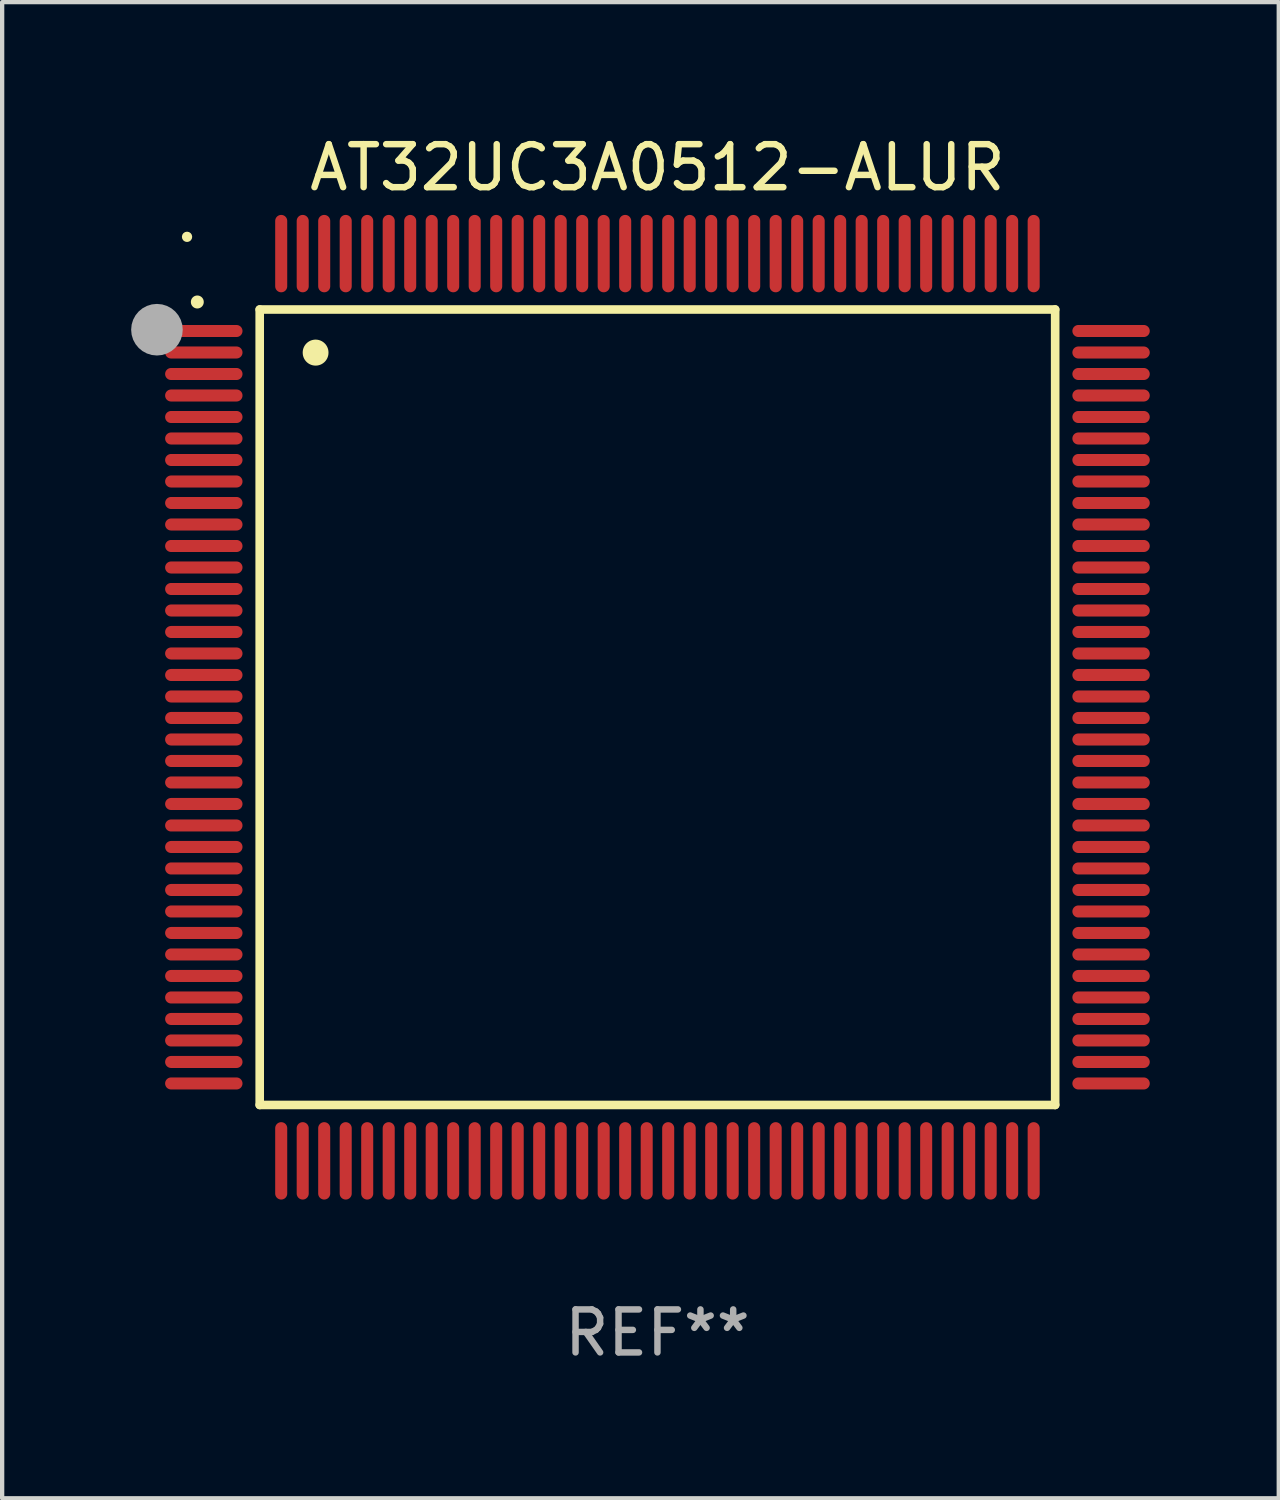
<source format=kicad_pcb>
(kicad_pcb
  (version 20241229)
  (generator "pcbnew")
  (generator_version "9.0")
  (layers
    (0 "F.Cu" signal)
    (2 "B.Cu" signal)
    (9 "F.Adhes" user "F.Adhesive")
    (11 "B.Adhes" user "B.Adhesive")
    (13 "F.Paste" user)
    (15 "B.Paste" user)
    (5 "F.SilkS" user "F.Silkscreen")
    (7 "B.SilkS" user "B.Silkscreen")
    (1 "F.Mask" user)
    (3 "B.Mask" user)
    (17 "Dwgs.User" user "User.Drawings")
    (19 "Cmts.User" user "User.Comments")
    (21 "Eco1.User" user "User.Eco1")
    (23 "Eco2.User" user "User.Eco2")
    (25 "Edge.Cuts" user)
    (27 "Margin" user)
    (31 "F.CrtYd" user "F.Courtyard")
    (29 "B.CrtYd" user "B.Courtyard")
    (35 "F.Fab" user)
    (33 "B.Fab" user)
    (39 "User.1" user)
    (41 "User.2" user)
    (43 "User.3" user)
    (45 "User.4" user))
  (footprint "AT32UC3A0512-ALUR"
    (layer "F.Cu")
    (at 12.24 13.398)
    (property "Reference" "AT32UC3A0512-ALUR" (at 0 -12.55 0) (layer "F.SilkS") (effects (font (size 1 1) (thickness 0.15))))
    (attr through_hole)
    (fp_line (start -9.25 -9.25) (end 9.25 -9.25) (stroke (width 0.2) (type solid)) (layer "F.SilkS"))
    (fp_line (start -9.25 9.25) (end -9.25 -9.25) (stroke (width 0.2) (type solid)) (layer "F.SilkS"))
    (fp_line (start 9.25 -9.25) (end 9.25 9.25) (stroke (width 0.2) (type solid)) (layer "F.SilkS"))
    (fp_line (start 9.25 9.25) (end -9.25 9.25) (stroke (width 0.2) (type solid)) (layer "F.SilkS"))
    (fp_arc (start -10.701041 -9.423419) (mid -10.701046 -9.424689) (end -10.701041 -9.425959) (stroke (width 0.3) (type solid)) (layer "F.SilkS"))
    (fp_arc (start -7.950216 -8.244856) (mid -7.950227 -8.247396) (end -7.950216 -8.249936) (stroke (width 0.6) (type solid)) (layer "F.SilkS"))
    (fp_circle (center -10.94 -10.94) (end -10.88 -10.94) (stroke (width 0.12) (type solid)) (fill no) (layer "F.SilkS"))
    (fp_circle (center -11.64 -8.78) (end -11.34 -8.78) (stroke (width 0.6) (type solid)) (fill no) (layer "F.Fab"))
    (fp_text user "REF**" (at 0 14.55 0) (layer "F.Fab") (effects (font (size 1 1) (thickness 0.15))))
    (pad "1" smd oval (at -10.55 -8.75 90) (size 0.28 1.8) (layers "F.Cu" "F.Mask" "F.Paste"))
    (pad "2" smd oval (at -10.55 -8.25 90) (size 0.28 1.8) (layers "F.Cu" "F.Mask" "F.Paste"))
    (pad "3" smd oval (at -10.55 -7.75 90) (size 0.28 1.8) (layers "F.Cu" "F.Mask" "F.Paste"))
    (pad "4" smd oval (at -10.55 -7.25 90) (size 0.28 1.8) (layers "F.Cu" "F.Mask" "F.Paste"))
    (pad "5" smd oval (at -10.55 -6.75 90) (size 0.28 1.8) (layers "F.Cu" "F.Mask" "F.Paste"))
    (pad "6" smd oval (at -10.55 -6.25 90) (size 0.28 1.8) (layers "F.Cu" "F.Mask" "F.Paste"))
    (pad "7" smd oval (at -10.55 -5.75 90) (size 0.28 1.8) (layers "F.Cu" "F.Mask" "F.Paste"))
    (pad "8" smd oval (at -10.55 -5.25 90) (size 0.28 1.8) (layers "F.Cu" "F.Mask" "F.Paste"))
    (pad "9" smd oval (at -10.55 -4.75 90) (size 0.28 1.8) (layers "F.Cu" "F.Mask" "F.Paste"))
    (pad "10" smd oval (at -10.55 -4.25 90) (size 0.28 1.8) (layers "F.Cu" "F.Mask" "F.Paste"))
    (pad "11" smd oval (at -10.55 -3.75 90) (size 0.28 1.8) (layers "F.Cu" "F.Mask" "F.Paste"))
    (pad "12" smd oval (at -10.55 -3.25 90) (size 0.28 1.8) (layers "F.Cu" "F.Mask" "F.Paste"))
    (pad "13" smd oval (at -10.55 -2.75 90) (size 0.28 1.8) (layers "F.Cu" "F.Mask" "F.Paste"))
    (pad "14" smd oval (at -10.55 -2.25 90) (size 0.28 1.8) (layers "F.Cu" "F.Mask" "F.Paste"))
    (pad "15" smd oval (at -10.55 -1.75 90) (size 0.28 1.8) (layers "F.Cu" "F.Mask" "F.Paste"))
    (pad "16" smd oval (at -10.55 -1.25 90) (size 0.28 1.8) (layers "F.Cu" "F.Mask" "F.Paste"))
    (pad "17" smd oval (at -10.55 -0.75 90) (size 0.28 1.8) (layers "F.Cu" "F.Mask" "F.Paste"))
    (pad "18" smd oval (at -10.55 -0.25 90) (size 0.28 1.8) (layers "F.Cu" "F.Mask" "F.Paste"))
    (pad "19" smd oval (at -10.55 0.25 90) (size 0.28 1.8) (layers "F.Cu" "F.Mask" "F.Paste"))
    (pad "20" smd oval (at -10.55 0.75 90) (size 0.28 1.8) (layers "F.Cu" "F.Mask" "F.Paste"))
    (pad "21" smd oval (at -10.55 1.25 90) (size 0.28 1.8) (layers "F.Cu" "F.Mask" "F.Paste"))
    (pad "22" smd oval (at -10.55 1.75 90) (size 0.28 1.8) (layers "F.Cu" "F.Mask" "F.Paste"))
    (pad "23" smd oval (at -10.55 2.25 90) (size 0.28 1.8) (layers "F.Cu" "F.Mask" "F.Paste"))
    (pad "24" smd oval (at -10.55 2.75 90) (size 0.28 1.8) (layers "F.Cu" "F.Mask" "F.Paste"))
    (pad "25" smd oval (at -10.55 3.25 90) (size 0.28 1.8) (layers "F.Cu" "F.Mask" "F.Paste"))
    (pad "26" smd oval (at -10.55 3.75 90) (size 0.28 1.8) (layers "F.Cu" "F.Mask" "F.Paste"))
    (pad "27" smd oval (at -10.55 4.25 90) (size 0.28 1.8) (layers "F.Cu" "F.Mask" "F.Paste"))
    (pad "28" smd oval (at -10.55 4.75 90) (size 0.28 1.8) (layers "F.Cu" "F.Mask" "F.Paste"))
    (pad "29" smd oval (at -10.55 5.25 90) (size 0.28 1.8) (layers "F.Cu" "F.Mask" "F.Paste"))
    (pad "30" smd oval (at -10.55 5.75 90) (size 0.28 1.8) (layers "F.Cu" "F.Mask" "F.Paste"))
    (pad "31" smd oval (at -10.55 6.25 90) (size 0.28 1.8) (layers "F.Cu" "F.Mask" "F.Paste"))
    (pad "32" smd oval (at -10.55 6.75 90) (size 0.28 1.8) (layers "F.Cu" "F.Mask" "F.Paste"))
    (pad "33" smd oval (at -10.55 7.25 90) (size 0.28 1.8) (layers "F.Cu" "F.Mask" "F.Paste"))
    (pad "34" smd oval (at -10.55 7.75 90) (size 0.28 1.8) (layers "F.Cu" "F.Mask" "F.Paste"))
    (pad "35" smd oval (at -10.55 8.25 90) (size 0.28 1.8) (layers "F.Cu" "F.Mask" "F.Paste"))
    (pad "36" smd oval (at -10.55 8.75 90) (size 0.28 1.8) (layers "F.Cu" "F.Mask" "F.Paste"))
    (pad "37" smd oval (at -8.75 10.55) (size 0.28 1.8) (layers "F.Cu" "F.Mask" "F.Paste"))
    (pad "38" smd oval (at -8.25 10.55) (size 0.28 1.8) (layers "F.Cu" "F.Mask" "F.Paste"))
    (pad "39" smd oval (at -7.75 10.55) (size 0.28 1.8) (layers "F.Cu" "F.Mask" "F.Paste"))
    (pad "40" smd oval (at -7.25 10.55) (size 0.28 1.8) (layers "F.Cu" "F.Mask" "F.Paste"))
    (pad "41" smd oval (at -6.75 10.55) (size 0.28 1.8) (layers "F.Cu" "F.Mask" "F.Paste"))
    (pad "42" smd oval (at -6.25 10.55) (size 0.28 1.8) (layers "F.Cu" "F.Mask" "F.Paste"))
    (pad "43" smd oval (at -5.75 10.55) (size 0.28 1.8) (layers "F.Cu" "F.Mask" "F.Paste"))
    (pad "44" smd oval (at -5.25 10.55) (size 0.28 1.8) (layers "F.Cu" "F.Mask" "F.Paste"))
    (pad "45" smd oval (at -4.75 10.55) (size 0.28 1.8) (layers "F.Cu" "F.Mask" "F.Paste"))
    (pad "46" smd oval (at -4.25 10.55) (size 0.28 1.8) (layers "F.Cu" "F.Mask" "F.Paste"))
    (pad "47" smd oval (at -3.75 10.55) (size 0.28 1.8) (layers "F.Cu" "F.Mask" "F.Paste"))
    (pad "48" smd oval (at -3.25 10.55) (size 0.28 1.8) (layers "F.Cu" "F.Mask" "F.Paste"))
    (pad "49" smd oval (at -2.75 10.55) (size 0.28 1.8) (layers "F.Cu" "F.Mask" "F.Paste"))
    (pad "50" smd oval (at -2.25 10.55) (size 0.28 1.8) (layers "F.Cu" "F.Mask" "F.Paste"))
    (pad "51" smd oval (at -1.75 10.55) (size 0.28 1.8) (layers "F.Cu" "F.Mask" "F.Paste"))
    (pad "52" smd oval (at -1.25 10.55) (size 0.28 1.8) (layers "F.Cu" "F.Mask" "F.Paste"))
    (pad "53" smd oval (at -0.75 10.55) (size 0.28 1.8) (layers "F.Cu" "F.Mask" "F.Paste"))
    (pad "54" smd oval (at -0.25 10.55) (size 0.28 1.8) (layers "F.Cu" "F.Mask" "F.Paste"))
    (pad "55" smd oval (at 0.25 10.55) (size 0.28 1.8) (layers "F.Cu" "F.Mask" "F.Paste"))
    (pad "56" smd oval (at 0.75 10.55) (size 0.28 1.8) (layers "F.Cu" "F.Mask" "F.Paste"))
    (pad "57" smd oval (at 1.25 10.55) (size 0.28 1.8) (layers "F.Cu" "F.Mask" "F.Paste"))
    (pad "58" smd oval (at 1.75 10.55) (size 0.28 1.8) (layers "F.Cu" "F.Mask" "F.Paste"))
    (pad "59" smd oval (at 2.25 10.55) (size 0.28 1.8) (layers "F.Cu" "F.Mask" "F.Paste"))
    (pad "60" smd oval (at 2.75 10.55) (size 0.28 1.8) (layers "F.Cu" "F.Mask" "F.Paste"))
    (pad "61" smd oval (at 3.25 10.55) (size 0.28 1.8) (layers "F.Cu" "F.Mask" "F.Paste"))
    (pad "62" smd oval (at 3.75 10.55) (size 0.28 1.8) (layers "F.Cu" "F.Mask" "F.Paste"))
    (pad "63" smd oval (at 4.25 10.55) (size 0.28 1.8) (layers "F.Cu" "F.Mask" "F.Paste"))
    (pad "64" smd oval (at 4.75 10.55) (size 0.28 1.8) (layers "F.Cu" "F.Mask" "F.Paste"))
    (pad "65" smd oval (at 5.25 10.55) (size 0.28 1.8) (layers "F.Cu" "F.Mask" "F.Paste"))
    (pad "66" smd oval (at 5.75 10.55) (size 0.28 1.8) (layers "F.Cu" "F.Mask" "F.Paste"))
    (pad "67" smd oval (at 6.25 10.55) (size 0.28 1.8) (layers "F.Cu" "F.Mask" "F.Paste"))
    (pad "68" smd oval (at 6.75 10.55) (size 0.28 1.8) (layers "F.Cu" "F.Mask" "F.Paste"))
    (pad "69" smd oval (at 7.25 10.55) (size 0.28 1.8) (layers "F.Cu" "F.Mask" "F.Paste"))
    (pad "70" smd oval (at 7.75 10.55) (size 0.28 1.8) (layers "F.Cu" "F.Mask" "F.Paste"))
    (pad "71" smd oval (at 8.25 10.55) (size 0.28 1.8) (layers "F.Cu" "F.Mask" "F.Paste"))
    (pad "72" smd oval (at 8.75 10.55) (size 0.28 1.8) (layers "F.Cu" "F.Mask" "F.Paste"))
    (pad "73" smd oval (at 10.55 8.75 90) (size 0.28 1.8) (layers "F.Cu" "F.Mask" "F.Paste"))
    (pad "74" smd oval (at 10.55 8.25 90) (size 0.28 1.8) (layers "F.Cu" "F.Mask" "F.Paste"))
    (pad "75" smd oval (at 10.55 7.75 90) (size 0.28 1.8) (layers "F.Cu" "F.Mask" "F.Paste"))
    (pad "76" smd oval (at 10.55 7.25 90) (size 0.28 1.8) (layers "F.Cu" "F.Mask" "F.Paste"))
    (pad "77" smd oval (at 10.55 6.75 90) (size 0.28 1.8) (layers "F.Cu" "F.Mask" "F.Paste"))
    (pad "78" smd oval (at 10.55 6.25 90) (size 0.28 1.8) (layers "F.Cu" "F.Mask" "F.Paste"))
    (pad "79" smd oval (at 10.55 5.75 90) (size 0.28 1.8) (layers "F.Cu" "F.Mask" "F.Paste"))
    (pad "80" smd oval (at 10.55 5.25 90) (size 0.28 1.8) (layers "F.Cu" "F.Mask" "F.Paste"))
    (pad "81" smd oval (at 10.55 4.75 90) (size 0.28 1.8) (layers "F.Cu" "F.Mask" "F.Paste"))
    (pad "82" smd oval (at 10.55 4.25 90) (size 0.28 1.8) (layers "F.Cu" "F.Mask" "F.Paste"))
    (pad "83" smd oval (at 10.55 3.75 90) (size 0.28 1.8) (layers "F.Cu" "F.Mask" "F.Paste"))
    (pad "84" smd oval (at 10.55 3.25 90) (size 0.28 1.8) (layers "F.Cu" "F.Mask" "F.Paste"))
    (pad "85" smd oval (at 10.55 2.75 90) (size 0.28 1.8) (layers "F.Cu" "F.Mask" "F.Paste"))
    (pad "86" smd oval (at 10.55 2.25 90) (size 0.28 1.8) (layers "F.Cu" "F.Mask" "F.Paste"))
    (pad "87" smd oval (at 10.55 1.75 90) (size 0.28 1.8) (layers "F.Cu" "F.Mask" "F.Paste"))
    (pad "88" smd oval (at 10.55 1.25 90) (size 0.28 1.8) (layers "F.Cu" "F.Mask" "F.Paste"))
    (pad "89" smd oval (at 10.55 0.75 90) (size 0.28 1.8) (layers "F.Cu" "F.Mask" "F.Paste"))
    (pad "90" smd oval (at 10.55 0.25 90) (size 0.28 1.8) (layers "F.Cu" "F.Mask" "F.Paste"))
    (pad "91" smd oval (at 10.55 -0.25 90) (size 0.28 1.8) (layers "F.Cu" "F.Mask" "F.Paste"))
    (pad "92" smd oval (at 10.55 -0.75 90) (size 0.28 1.8) (layers "F.Cu" "F.Mask" "F.Paste"))
    (pad "93" smd oval (at 10.55 -1.25 90) (size 0.28 1.8) (layers "F.Cu" "F.Mask" "F.Paste"))
    (pad "94" smd oval (at 10.55 -1.75 90) (size 0.28 1.8) (layers "F.Cu" "F.Mask" "F.Paste"))
    (pad "95" smd oval (at 10.55 -2.25 90) (size 0.28 1.8) (layers "F.Cu" "F.Mask" "F.Paste"))
    (pad "96" smd oval (at 10.55 -2.75 90) (size 0.28 1.8) (layers "F.Cu" "F.Mask" "F.Paste"))
    (pad "97" smd oval (at 10.55 -3.25 90) (size 0.28 1.8) (layers "F.Cu" "F.Mask" "F.Paste"))
    (pad "98" smd oval (at 10.55 -3.75 90) (size 0.28 1.8) (layers "F.Cu" "F.Mask" "F.Paste"))
    (pad "99" smd oval (at 10.55 -4.25 90) (size 0.28 1.8) (layers "F.Cu" "F.Mask" "F.Paste"))
    (pad "100" smd oval (at 10.55 -4.75 90) (size 0.28 1.8) (layers "F.Cu" "F.Mask" "F.Paste"))
    (pad "101" smd oval (at 10.55 -5.25 90) (size 0.28 1.8) (layers "F.Cu" "F.Mask" "F.Paste"))
    (pad "102" smd oval (at 10.55 -5.75 90) (size 0.28 1.8) (layers "F.Cu" "F.Mask" "F.Paste"))
    (pad "103" smd oval (at 10.55 -6.25 90) (size 0.28 1.8) (layers "F.Cu" "F.Mask" "F.Paste"))
    (pad "104" smd oval (at 10.55 -6.75 90) (size 0.28 1.8) (layers "F.Cu" "F.Mask" "F.Paste"))
    (pad "105" smd oval (at 10.55 -7.25 90) (size 0.28 1.8) (layers "F.Cu" "F.Mask" "F.Paste"))
    (pad "106" smd oval (at 10.55 -7.75 90) (size 0.28 1.8) (layers "F.Cu" "F.Mask" "F.Paste"))
    (pad "107" smd oval (at 10.55 -8.25 90) (size 0.28 1.8) (layers "F.Cu" "F.Mask" "F.Paste"))
    (pad "108" smd oval (at 10.55 -8.75 90) (size 0.28 1.8) (layers "F.Cu" "F.Mask" "F.Paste"))
    (pad "109" smd oval (at 8.75 -10.55) (size 0.28 1.8) (layers "F.Cu" "F.Mask" "F.Paste"))
    (pad "110" smd oval (at 8.25 -10.55) (size 0.28 1.8) (layers "F.Cu" "F.Mask" "F.Paste"))
    (pad "111" smd oval (at 7.75 -10.55) (size 0.28 1.8) (layers "F.Cu" "F.Mask" "F.Paste"))
    (pad "112" smd oval (at 7.25 -10.55) (size 0.28 1.8) (layers "F.Cu" "F.Mask" "F.Paste"))
    (pad "113" smd oval (at 6.75 -10.55) (size 0.28 1.8) (layers "F.Cu" "F.Mask" "F.Paste"))
    (pad "114" smd oval (at 6.25 -10.55) (size 0.28 1.8) (layers "F.Cu" "F.Mask" "F.Paste"))
    (pad "115" smd oval (at 5.75 -10.55) (size 0.28 1.8) (layers "F.Cu" "F.Mask" "F.Paste"))
    (pad "116" smd oval (at 5.25 -10.55) (size 0.28 1.8) (layers "F.Cu" "F.Mask" "F.Paste"))
    (pad "117" smd oval (at 4.75 -10.55) (size 0.28 1.8) (layers "F.Cu" "F.Mask" "F.Paste"))
    (pad "118" smd oval (at 4.25 -10.55) (size 0.28 1.8) (layers "F.Cu" "F.Mask" "F.Paste"))
    (pad "119" smd oval (at 3.75 -10.55) (size 0.28 1.8) (layers "F.Cu" "F.Mask" "F.Paste"))
    (pad "120" smd oval (at 3.25 -10.55) (size 0.28 1.8) (layers "F.Cu" "F.Mask" "F.Paste"))
    (pad "121" smd oval (at 2.75 -10.55) (size 0.28 1.8) (layers "F.Cu" "F.Mask" "F.Paste"))
    (pad "122" smd oval (at 2.25 -10.55) (size 0.28 1.8) (layers "F.Cu" "F.Mask" "F.Paste"))
    (pad "123" smd oval (at 1.75 -10.55) (size 0.28 1.8) (layers "F.Cu" "F.Mask" "F.Paste"))
    (pad "124" smd oval (at 1.25 -10.55) (size 0.28 1.8) (layers "F.Cu" "F.Mask" "F.Paste"))
    (pad "125" smd oval (at 0.75 -10.55) (size 0.28 1.8) (layers "F.Cu" "F.Mask" "F.Paste"))
    (pad "126" smd oval (at 0.25 -10.55) (size 0.28 1.8) (layers "F.Cu" "F.Mask" "F.Paste"))
    (pad "127" smd oval (at -0.25 -10.55) (size 0.28 1.8) (layers "F.Cu" "F.Mask" "F.Paste"))
    (pad "128" smd oval (at -0.75 -10.55) (size 0.28 1.8) (layers "F.Cu" "F.Mask" "F.Paste"))
    (pad "129" smd oval (at -1.25 -10.55) (size 0.28 1.8) (layers "F.Cu" "F.Mask" "F.Paste"))
    (pad "130" smd oval (at -1.75 -10.55) (size 0.28 1.8) (layers "F.Cu" "F.Mask" "F.Paste"))
    (pad "131" smd oval (at -2.25 -10.55) (size 0.28 1.8) (layers "F.Cu" "F.Mask" "F.Paste"))
    (pad "132" smd oval (at -2.75 -10.55) (size 0.28 1.8) (layers "F.Cu" "F.Mask" "F.Paste"))
    (pad "133" smd oval (at -3.25 -10.55) (size 0.28 1.8) (layers "F.Cu" "F.Mask" "F.Paste"))
    (pad "134" smd oval (at -3.75 -10.55) (size 0.28 1.8) (layers "F.Cu" "F.Mask" "F.Paste"))
    (pad "135" smd oval (at -4.25 -10.55) (size 0.28 1.8) (layers "F.Cu" "F.Mask" "F.Paste"))
    (pad "136" smd oval (at -4.75 -10.55) (size 0.28 1.8) (layers "F.Cu" "F.Mask" "F.Paste"))
    (pad "137" smd oval (at -5.25 -10.55) (size 0.28 1.8) (layers "F.Cu" "F.Mask" "F.Paste"))
    (pad "138" smd oval (at -5.75 -10.55) (size 0.28 1.8) (layers "F.Cu" "F.Mask" "F.Paste"))
    (pad "139" smd oval (at -6.25 -10.55) (size 0.28 1.8) (layers "F.Cu" "F.Mask" "F.Paste"))
    (pad "140" smd oval (at -6.75 -10.55) (size 0.28 1.8) (layers "F.Cu" "F.Mask" "F.Paste"))
    (pad "141" smd oval (at -7.25 -10.55) (size 0.28 1.8) (layers "F.Cu" "F.Mask" "F.Paste"))
    (pad "142" smd oval (at -7.75 -10.55) (size 0.28 1.8) (layers "F.Cu" "F.Mask" "F.Paste"))
    (pad "143" smd oval (at -8.25 -10.55) (size 0.28 1.8) (layers "F.Cu" "F.Mask" "F.Paste"))
    (pad "144" smd oval (at -8.75 -10.55) (size 0.28 1.8) (layers "F.Cu" "F.Mask" "F.Paste")))
  (gr_rect
    (start -3 -3)
    (end 26.69 31.796)
    (stroke (width 0.1) (type default))
    (fill no)
    (layer "Edge.Cuts")))
</source>
